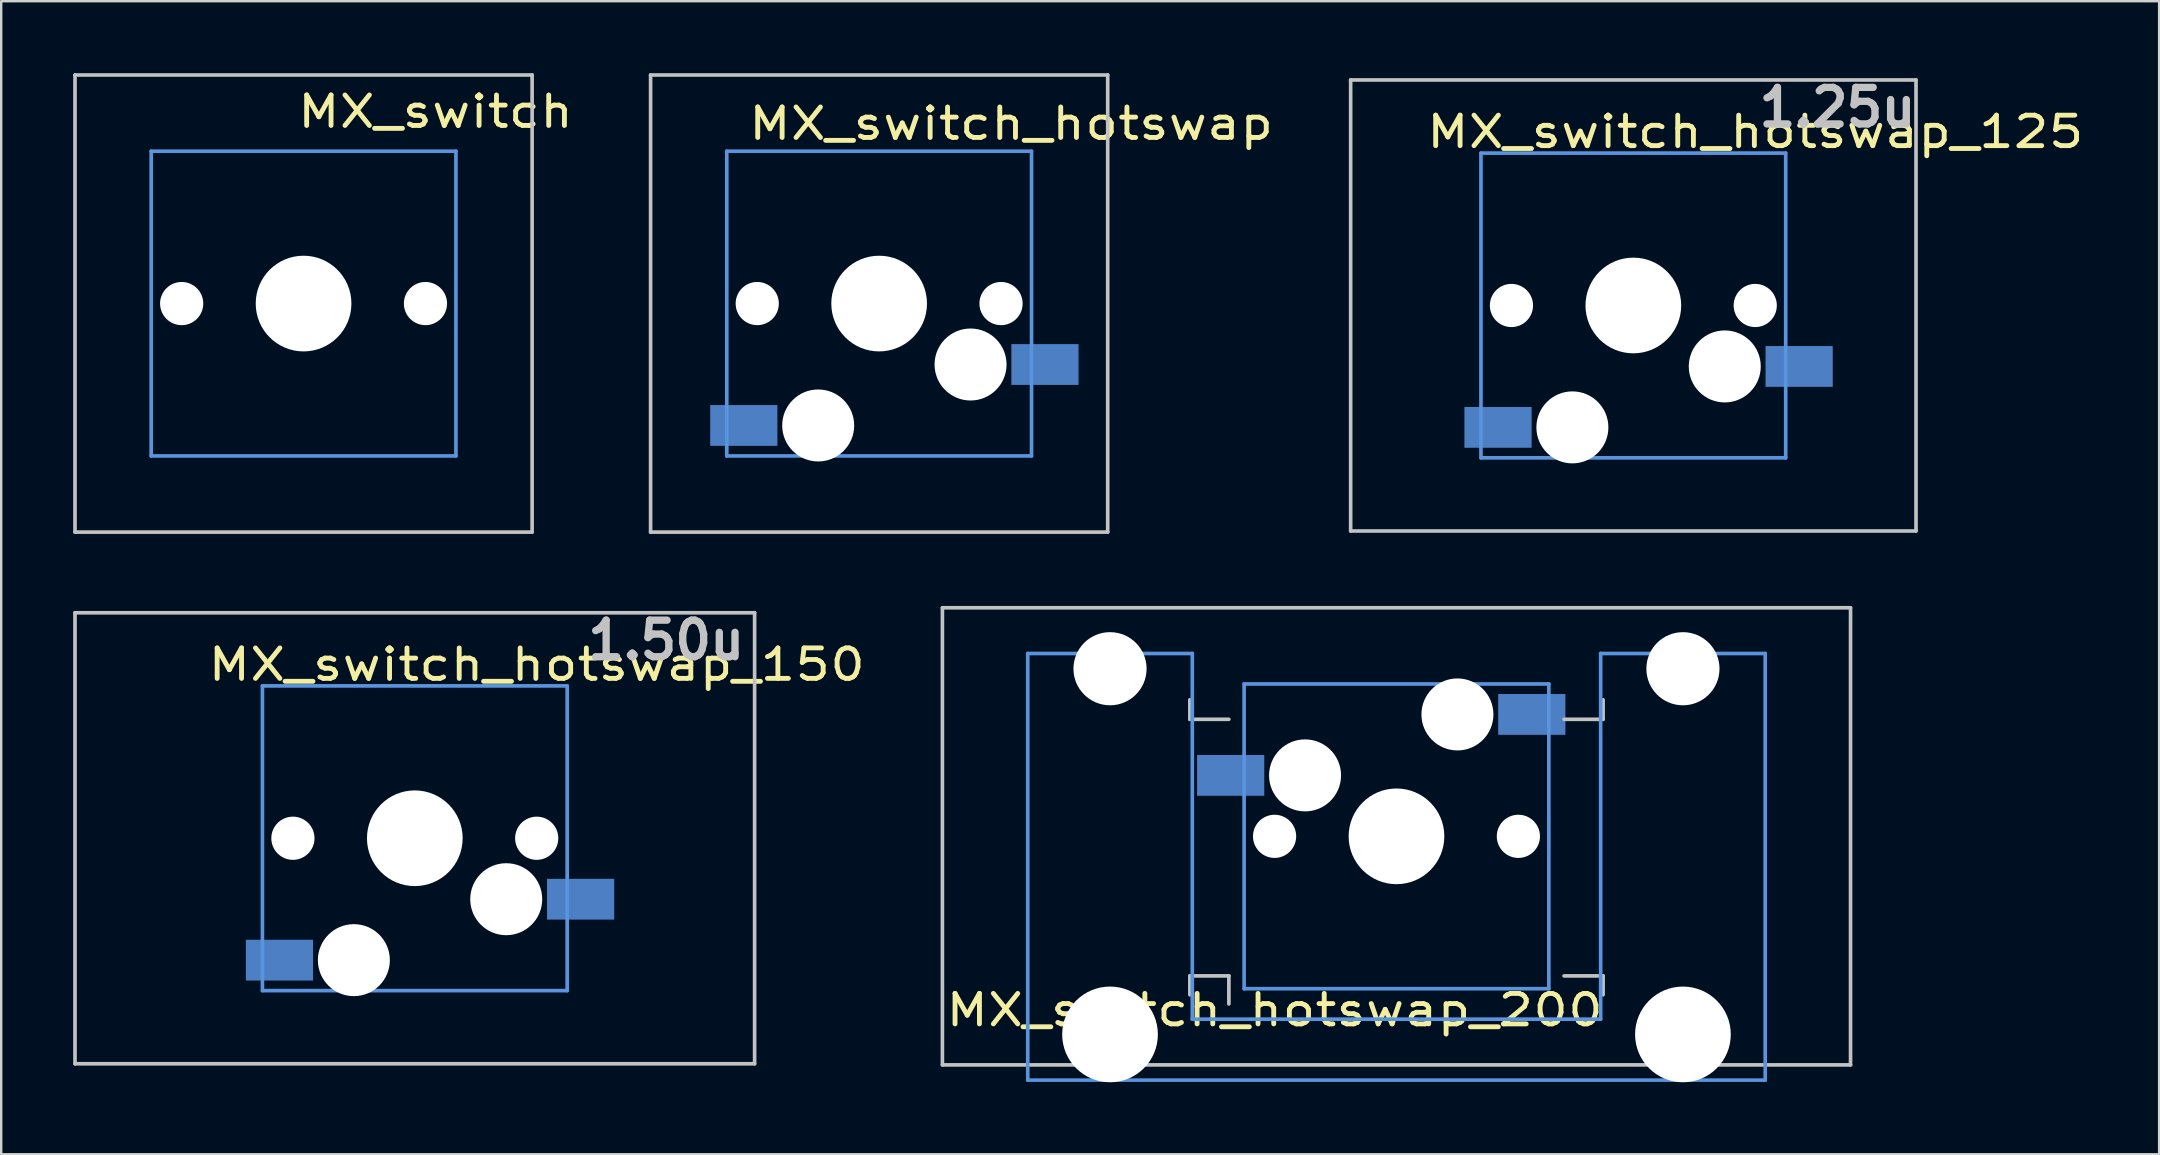
<source format=kicad_pcb>
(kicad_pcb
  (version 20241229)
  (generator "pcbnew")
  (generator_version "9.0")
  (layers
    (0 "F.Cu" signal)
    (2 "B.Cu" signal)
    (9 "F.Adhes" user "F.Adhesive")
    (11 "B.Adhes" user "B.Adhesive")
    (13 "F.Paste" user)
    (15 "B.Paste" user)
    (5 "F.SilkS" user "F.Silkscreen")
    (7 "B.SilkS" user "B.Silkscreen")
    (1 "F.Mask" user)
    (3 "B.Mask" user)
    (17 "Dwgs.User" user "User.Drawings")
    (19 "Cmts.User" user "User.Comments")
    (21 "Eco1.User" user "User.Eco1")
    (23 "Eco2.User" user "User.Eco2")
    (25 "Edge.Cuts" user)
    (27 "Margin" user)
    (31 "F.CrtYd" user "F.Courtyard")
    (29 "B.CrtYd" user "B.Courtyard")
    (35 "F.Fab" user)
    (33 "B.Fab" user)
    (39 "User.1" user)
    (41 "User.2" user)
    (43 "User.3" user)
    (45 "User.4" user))
  (footprint "MX_switch"
    (layer "F.Cu")
    (at 9.601 9.601)
    (property "Reference" "MX_switch" (at 5.5 -8 180) (layer "F.SilkS") (effects (font (size 1.27 1.524) (thickness 0.203))))
    (attr smd)
    (fp_line (start -9.525 -9.525) (end 9.525 -9.525) (stroke (width 0.152) (type solid)) (layer "Dwgs.User"))
    (fp_line (start -9.525 9.525) (end -9.525 -9.525) (stroke (width 0.152) (type solid)) (layer "Dwgs.User"))
    (fp_line (start 9.525 -9.525) (end 9.525 9.525) (stroke (width 0.152) (type solid)) (layer "Dwgs.User"))
    (fp_line (start 9.525 9.525) (end -9.525 9.525) (stroke (width 0.152) (type solid)) (layer "Dwgs.User"))
    (fp_line (start -6.35 -6.35) (end 6.35 -6.35) (stroke (width 0.152) (type solid)) (layer "Cmts.User"))
    (fp_line (start -6.35 6.35) (end -6.35 -6.35) (stroke (width 0.152) (type solid)) (layer "Cmts.User"))
    (fp_line (start 6.35 -6.35) (end 6.35 6.35) (stroke (width 0.152) (type solid)) (layer "Cmts.User"))
    (fp_line (start 6.35 6.35) (end -6.35 6.35) (stroke (width 0.152) (type solid)) (layer "Cmts.User"))
    (fp_line (start -6.985 -6.985) (end 6.985 -6.985) (stroke (width 0.152) (type solid)) (layer "Eco2.User"))
    (fp_line (start -6.985 -1.524) (end -4.318 -1.524) (stroke (width 0.15) (type solid)) (layer "Eco2.User"))
    (fp_line (start -6.985 6.985) (end -6.985 -6.985) (stroke (width 0.152) (type solid)) (layer "Eco2.User"))
    (fp_line (start -4.318 -1.524) (end -4.318 -6.985) (stroke (width 0.15) (type solid)) (layer "Eco2.User"))
    (fp_line (start 6.985 -6.985) (end 6.985 6.985) (stroke (width 0.152) (type solid)) (layer "Eco2.User"))
    (fp_line (start 6.985 6.985) (end -6.985 6.985) (stroke (width 0.152) (type solid)) (layer "Eco2.User"))
    (pad "" np_thru_hole circle (at -5.08 0 180) (size 1.8 1.8) (drill 1.8) (layers "*.Cu" "*.Mask"))
    (pad "" np_thru_hole circle (at 0 0) (size 3.988 3.988) (drill 3.988) (layers "*.Cu" "*.Mask"))
    (pad "" np_thru_hole circle (at 5.08 0 180) (size 1.8 1.8) (drill 1.8) (layers "*.Cu" "*.Mask")))
  (footprint "MX_switch_hotswap"
    (layer "F.Cu")
    (at 33.588 9.601)
    (property "Reference" "MX_switch_hotswap" (at 5.5 -7.5 180) (layer "F.SilkS") (effects (font (size 1.27 1.524) (thickness 0.203))))
    (attr smd)
    (fp_line (start -9.525 -9.525) (end 9.525 -9.525) (stroke (width 0.152) (type solid)) (layer "Dwgs.User"))
    (fp_line (start -9.525 9.525) (end -9.525 -9.525) (stroke (width 0.152) (type solid)) (layer "Dwgs.User"))
    (fp_line (start 9.525 -9.525) (end 9.525 9.525) (stroke (width 0.152) (type solid)) (layer "Dwgs.User"))
    (fp_line (start 9.525 9.525) (end -9.525 9.525) (stroke (width 0.152) (type solid)) (layer "Dwgs.User"))
    (fp_line (start -6.35 -6.35) (end 6.35 -6.35) (stroke (width 0.152) (type solid)) (layer "Cmts.User"))
    (fp_line (start -6.35 6.35) (end -6.35 -6.35) (stroke (width 0.152) (type solid)) (layer "Cmts.User"))
    (fp_line (start 6.35 -6.35) (end 6.35 6.35) (stroke (width 0.152) (type solid)) (layer "Cmts.User"))
    (fp_line (start 6.35 6.35) (end -6.35 6.35) (stroke (width 0.152) (type solid)) (layer "Cmts.User"))
    (fp_line (start -7.5 3.175) (end -7.5 6.985) (stroke (width 0.15) (type solid)) (layer "Eco2.User"))
    (fp_line (start -6.985 -6.985) (end 6.985 -6.985) (stroke (width 0.152) (type solid)) (layer "Eco2.User"))
    (fp_line (start -6.985 -1.524) (end -4.318 -1.524) (stroke (width 0.15) (type solid)) (layer "Eco2.User"))
    (fp_line (start -6.985 3.175) (end -7.5 3.175) (stroke (width 0.15) (type solid)) (layer "Eco2.User"))
    (fp_line (start -6.985 6.985) (end -7.5 6.985) (stroke (width 0.15) (type solid)) (layer "Eco2.User"))
    (fp_line (start -6.985 6.985) (end -6.985 -6.985) (stroke (width 0.152) (type solid)) (layer "Eco2.User"))
    (fp_line (start -4.318 -1.524) (end -4.318 -6.985) (stroke (width 0.15) (type solid)) (layer "Eco2.User"))
    (fp_line (start 6.985 -6.985) (end 6.985 6.985) (stroke (width 0.152) (type solid)) (layer "Eco2.User"))
    (fp_line (start 6.985 0.7) (end 9.5 0.7) (stroke (width 0.15) (type solid)) (layer "Eco2.User"))
    (fp_line (start 6.985 6.985) (end -6.985 6.985) (stroke (width 0.152) (type solid)) (layer "Eco2.User"))
    (fp_line (start 9.5 0.7) (end 9.5 5.5) (stroke (width 0.15) (type solid)) (layer "Eco2.User"))
    (fp_line (start 9.5 5.5) (end 6.985 5.5) (stroke (width 0.15) (type solid)) (layer "Eco2.User"))
    (pad "" np_thru_hole circle (at -5.08 0 180) (size 1.8 1.8) (drill 1.8) (layers "*.Cu" "*.Mask"))
    (pad "" np_thru_hole circle (at -2.54 5.08 180) (size 3 3) (drill 3) (layers "*.Cu" "*.Mask"))
    (pad "" np_thru_hole circle (at 0 0) (size 3.988 3.988) (drill 3.988) (layers "*.Cu" "*.Mask"))
    (pad "" np_thru_hole circle (at 3.81 2.54 180) (size 3 3) (drill 3) (layers "*.Cu" "*.Mask"))
    (pad "" np_thru_hole circle (at 5.08 0 180) (size 1.8 1.8) (drill 1.8) (layers "*.Cu" "*.Mask"))
    (pad "1" smd rect (at -5.64 5.08 180) (size 2.8 1.7) (layers "B.Cu" "B.Mask" "B.Paste"))
    (pad "2" smd rect (at 6.91 2.54 180) (size 2.8 1.7) (layers "B.Cu" "B.Mask" "B.Paste")))
  (footprint "MX_switch_hotswap_125"
    (layer "F.Cu")
    (at 65.019 9.681)
    (property "Reference" "MX_switch_hotswap_125" (at 5.08 -7.239 180) (layer "F.SilkS") (effects (font (size 1.27 1.524) (thickness 0.203))))
    (attr smd)
    (fp_line (start -11.781 -9.398) (end 11.781 -9.398) (stroke (width 0.152) (type solid)) (layer "Dwgs.User"))
    (fp_line (start -11.781 9.398) (end -11.781 -9.398) (stroke (width 0.152) (type solid)) (layer "Dwgs.User"))
    (fp_line (start 11.781 -9.398) (end 11.781 9.398) (stroke (width 0.152) (type solid)) (layer "Dwgs.User"))
    (fp_line (start 11.781 9.398) (end -11.781 9.398) (stroke (width 0.152) (type solid)) (layer "Dwgs.User"))
    (fp_line (start -6.35 -6.35) (end 6.35 -6.35) (stroke (width 0.152) (type solid)) (layer "Cmts.User"))
    (fp_line (start -6.35 6.35) (end -6.35 -6.35) (stroke (width 0.152) (type solid)) (layer "Cmts.User"))
    (fp_line (start 6.35 -6.35) (end 6.35 6.35) (stroke (width 0.152) (type solid)) (layer "Cmts.User"))
    (fp_line (start 6.35 6.35) (end -6.35 6.35) (stroke (width 0.152) (type solid)) (layer "Cmts.User"))
    (fp_line (start -7.5 3.175) (end -7.5 6.985) (stroke (width 0.15) (type solid)) (layer "Eco2.User"))
    (fp_line (start -7.5 3.175) (end -6.985 3.175) (stroke (width 0.15) (type solid)) (layer "Eco2.User"))
    (fp_line (start -7.5 6.985) (end -6.985 6.985) (stroke (width 0.15) (type solid)) (layer "Eco2.User"))
    (fp_line (start -6.985 -6.985) (end 6.985 -6.985) (stroke (width 0.152) (type solid)) (layer "Eco2.User"))
    (fp_line (start -6.985 -1.524) (end -4.318 -1.524) (stroke (width 0.15) (type solid)) (layer "Eco2.User"))
    (fp_line (start -6.985 6.985) (end -6.985 -6.985) (stroke (width 0.152) (type solid)) (layer "Eco2.User"))
    (fp_line (start -4.318 -1.524) (end -4.318 -6.985) (stroke (width 0.15) (type solid)) (layer "Eco2.User"))
    (fp_line (start 6.985 -6.985) (end 6.985 6.985) (stroke (width 0.152) (type solid)) (layer "Eco2.User"))
    (fp_line (start 6.985 0.7) (end 9.5 0.7) (stroke (width 0.15) (type solid)) (layer "Eco2.User"))
    (fp_line (start 6.985 6.985) (end -6.985 6.985) (stroke (width 0.152) (type solid)) (layer "Eco2.User"))
    (fp_line (start 9.5 0.7) (end 9.5 5.5) (stroke (width 0.15) (type solid)) (layer "Eco2.User"))
    (fp_line (start 9.5 5.5) (end 6.985 5.5) (stroke (width 0.15) (type solid)) (layer "Eco2.User"))
    (fp_text user "1.25u" (at 8.509 -8.255 180) (layer "Dwgs.User") (effects (font (size 1.524 1.524) (thickness 0.305))))
    (pad "" np_thru_hole circle (at -5.08 0 180) (size 1.8 1.8) (drill 1.8) (layers "*.Cu" "*.Mask"))
    (pad "" np_thru_hole circle (at -2.54 5.08 180) (size 3 3) (drill 3) (layers "*.Cu" "*.Mask"))
    (pad "" np_thru_hole circle (at 0 0 270) (size 3.988 3.988) (drill 3.988) (layers "*.Cu" "*.Mask"))
    (pad "" np_thru_hole circle (at 3.81 2.54 180) (size 3 3) (drill 3) (layers "*.Cu" "*.Mask"))
    (pad "" np_thru_hole circle (at 5.08 0 180) (size 1.8 1.8) (drill 1.8) (layers "*.Cu" "*.Mask"))
    (pad "1" smd rect (at -5.64 5.08 180) (size 2.8 1.7) (layers "B.Cu" "B.Mask" "B.Paste"))
    (pad "2" smd rect (at 6.91 2.54 180) (size 2.8 1.7) (layers "B.Cu" "B.Mask" "B.Paste")))
  (footprint "MX_switch_hotswap_200"
    (layer "F.Cu")
    (at 55.148 31.804)
    (property "Reference" "MX_switch_hotswap_200" (at -5.08 7.239 0) (layer "F.SilkS") (effects (font (size 1.27 1.524) (thickness 0.203))))
    (attr smd)
    (fp_line (start -18.923 -9.525) (end 18.923 -9.525) (stroke (width 0.152) (type solid)) (layer "Dwgs.User"))
    (fp_line (start -18.923 9.525) (end -18.923 -9.525) (stroke (width 0.152) (type solid)) (layer "Dwgs.User"))
    (fp_line (start -8.611 -5.69) (end -8.611 -4.877) (stroke (width 0.152) (type solid)) (layer "Dwgs.User"))
    (fp_line (start -8.611 -4.877) (end -6.985 -4.877) (stroke (width 0.152) (type solid)) (layer "Dwgs.User"))
    (fp_line (start -8.611 5.817) (end -8.611 6.604) (stroke (width 0.152) (type solid)) (layer "Dwgs.User"))
    (fp_line (start -6.985 5.817) (end -8.611 5.817) (stroke (width 0.152) (type solid)) (layer "Dwgs.User"))
    (fp_line (start -6.985 6.985) (end -6.985 5.817) (stroke (width 0.152) (type solid)) (layer "Dwgs.User"))
    (fp_line (start 6.985 -4.877) (end 8.611 -4.877) (stroke (width 0.152) (type solid)) (layer "Dwgs.User"))
    (fp_line (start 8.611 -4.877) (end 8.611 -5.69) (stroke (width 0.152) (type solid)) (layer "Dwgs.User"))
    (fp_line (start 8.611 5.817) (end 6.985 5.817) (stroke (width 0.152) (type solid)) (layer "Dwgs.User"))
    (fp_line (start 8.611 6.604) (end 8.611 5.817) (stroke (width 0.152) (type solid)) (layer "Dwgs.User"))
    (fp_line (start 18.923 -9.525) (end 18.923 9.525) (stroke (width 0.152) (type solid)) (layer "Dwgs.User"))
    (fp_line (start 18.923 9.525) (end -18.923 9.525) (stroke (width 0.152) (type solid)) (layer "Dwgs.User"))
    (fp_line (start -15.367 -7.62) (end -15.367 10.16) (stroke (width 0.152) (type solid)) (layer "Cmts.User"))
    (fp_line (start -15.367 10.16) (end 15.367 10.16) (stroke (width 0.152) (type solid)) (layer "Cmts.User"))
    (fp_line (start -8.509 -7.62) (end -15.367 -7.62) (stroke (width 0.152) (type solid)) (layer "Cmts.User"))
    (fp_line (start -8.509 7.62) (end -8.509 -7.62) (stroke (width 0.152) (type solid)) (layer "Cmts.User"))
    (fp_line (start -6.35 -6.35) (end 6.35 -6.35) (stroke (width 0.152) (type solid)) (layer "Cmts.User"))
    (fp_line (start -6.35 6.35) (end -6.35 -6.35) (stroke (width 0.152) (type solid)) (layer "Cmts.User"))
    (fp_line (start 6.35 -6.35) (end 6.35 6.35) (stroke (width 0.152) (type solid)) (layer "Cmts.User"))
    (fp_line (start 6.35 6.35) (end -6.35 6.35) (stroke (width 0.152) (type solid)) (layer "Cmts.User"))
    (fp_line (start 8.509 -7.62) (end 8.509 7.62) (stroke (width 0.152) (type solid)) (layer "Cmts.User"))
    (fp_line (start 8.509 7.62) (end -8.509 7.62) (stroke (width 0.152) (type solid)) (layer "Cmts.User"))
    (fp_line (start 15.367 -7.62) (end 8.509 -7.62) (stroke (width 0.152) (type solid)) (layer "Cmts.User"))
    (fp_line (start 15.367 10.16) (end 15.367 -7.62) (stroke (width 0.152) (type solid)) (layer "Cmts.User"))
    (fp_line (start -16.129 -2.286) (end -15.465 -2.286) (stroke (width 0.152) (type solid)) (layer "Eco2.User"))
    (fp_line (start -16.129 0.508) (end -16.129 -2.286) (stroke (width 0.152) (type solid)) (layer "Eco2.User"))
    (fp_line (start -15.465 -5.69) (end -6.985 -5.69) (stroke (width 0.152) (type solid)) (layer "Eco2.User"))
    (fp_line (start -15.465 -2.286) (end -15.465 -5.69) (stroke (width 0.152) (type solid)) (layer "Eco2.User"))
    (fp_line (start -15.465 0.508) (end -16.129 0.508) (stroke (width 0.152) (type solid)) (layer "Eco2.User"))
    (fp_line (start -15.465 6.604) (end -15.465 0.508) (stroke (width 0.152) (type solid)) (layer "Eco2.User"))
    (fp_line (start -14.224 6.604) (end -15.465 6.604) (stroke (width 0.152) (type solid)) (layer "Eco2.User"))
    (fp_line (start -14.224 7.772) (end -14.224 6.604) (stroke (width 0.152) (type solid)) (layer "Eco2.User"))
    (fp_line (start -9.652 6.604) (end -9.652 7.772) (stroke (width 0.152) (type solid)) (layer "Eco2.User"))
    (fp_line (start -9.652 7.772) (end -14.224 7.772) (stroke (width 0.152) (type solid)) (layer "Eco2.User"))
    (fp_line (start -6.985 -6.985) (end 6.985 -6.985) (stroke (width 0.152) (type solid)) (layer "Eco2.User"))
    (fp_line (start -6.985 -5.69) (end -6.985 -6.985) (stroke (width 0.152) (type solid)) (layer "Eco2.User"))
    (fp_line (start -6.985 6.604) (end -9.652 6.604) (stroke (width 0.152) (type solid)) (layer "Eco2.User"))
    (fp_line (start -6.985 6.985) (end -6.985 6.604) (stroke (width 0.152) (type solid)) (layer "Eco2.User"))
    (fp_line (start 6.985 -6.985) (end 6.985 -5.69) (stroke (width 0.152) (type solid)) (layer "Eco2.User"))
    (fp_line (start 6.985 -5.69) (end 15.465 -5.69) (stroke (width 0.152) (type solid)) (layer "Eco2.User"))
    (fp_line (start 6.985 6.604) (end 6.985 6.985) (stroke (width 0.152) (type solid)) (layer "Eco2.User"))
    (fp_line (start 6.985 6.985) (end -6.985 6.985) (stroke (width 0.152) (type solid)) (layer "Eco2.User"))
    (fp_line (start 9.652 6.604) (end 6.985 6.604) (stroke (width 0.152) (type solid)) (layer "Eco2.User"))
    (fp_line (start 9.652 7.772) (end 9.652 6.604) (stroke (width 0.152) (type solid)) (layer "Eco2.User"))
    (fp_line (start 14.224 6.604) (end 14.224 7.772) (stroke (width 0.152) (type solid)) (layer "Eco2.User"))
    (fp_line (start 14.224 7.772) (end 9.652 7.772) (stroke (width 0.152) (type solid)) (layer "Eco2.User"))
    (fp_line (start 15.465 -5.69) (end 15.465 -2.286) (stroke (width 0.152) (type solid)) (layer "Eco2.User"))
    (fp_line (start 15.465 -2.286) (end 16.129 -2.286) (stroke (width 0.152) (type solid)) (layer "Eco2.User"))
    (fp_line (start 15.465 0.508) (end 15.465 6.604) (stroke (width 0.152) (type solid)) (layer "Eco2.User"))
    (fp_line (start 15.465 6.604) (end 14.224 6.604) (stroke (width 0.152) (type solid)) (layer "Eco2.User"))
    (fp_line (start 16.129 -2.286) (end 16.129 0.508) (stroke (width 0.152) (type solid)) (layer "Eco2.User"))
    (fp_line (start 16.129 0.508) (end 15.465 0.508) (stroke (width 0.152) (type solid)) (layer "Eco2.User"))
    (pad "" np_thru_hole circle (at -11.938 -6.985) (size 3.048 3.048) (drill 3.048) (layers "*.Cu"))
    (pad "" np_thru_hole circle (at -11.938 8.255) (size 3.988 3.988) (drill 3.988) (layers "*.Cu"))
    (pad "" np_thru_hole circle (at -5.08 0) (size 1.8 1.8) (drill 1.8) (layers "*.Cu" "*.Mask"))
    (pad "" np_thru_hole circle (at -3.81 -2.54) (size 3 3) (drill 3) (layers "*.Cu" "*.Mask"))
    (pad "" np_thru_hole circle (at 0 0 90) (size 3.988 3.988) (drill 3.988) (layers "*.Cu" "*.Mask"))
    (pad "" np_thru_hole circle (at 2.54 -5.08) (size 3 3) (drill 3) (layers "*.Cu" "*.Mask"))
    (pad "" np_thru_hole circle (at 5.08 0) (size 1.8 1.8) (drill 1.8) (layers "*.Cu" "*.Mask"))
    (pad "" np_thru_hole circle (at 11.938 -6.985) (size 3.048 3.048) (drill 3.048) (layers "*.Cu"))
    (pad "" np_thru_hole circle (at 11.938 8.255) (size 3.988 3.988) (drill 3.988) (layers "*.Cu"))
    (pad "1" smd rect (at 5.64 -5.08) (size 2.8 1.7) (layers "B.Cu" "B.Mask" "B.Paste"))
    (pad "2" smd rect (at -6.91 -2.54) (size 2.8 1.7) (layers "B.Cu" "B.Mask" "B.Paste")))
  (footprint "MX_switch_hotswap_150"
    (layer "F.Cu")
    (at 14.237 31.884)
    (property "Reference" "MX_switch_hotswap_150" (at 5.08 -7.239 180) (layer "F.SilkS") (effects (font (size 1.27 1.524) (thickness 0.203))))
    (attr smd)
    (fp_line (start -14.161 -9.398) (end 14.161 -9.398) (stroke (width 0.152) (type solid)) (layer "Dwgs.User"))
    (fp_line (start -14.161 9.398) (end -14.161 -9.398) (stroke (width 0.152) (type solid)) (layer "Dwgs.User"))
    (fp_line (start 14.161 -9.398) (end 14.161 9.398) (stroke (width 0.152) (type solid)) (layer "Dwgs.User"))
    (fp_line (start 14.161 9.398) (end -14.161 9.398) (stroke (width 0.152) (type solid)) (layer "Dwgs.User"))
    (fp_line (start -6.35 -6.35) (end 6.35 -6.35) (stroke (width 0.152) (type solid)) (layer "Cmts.User"))
    (fp_line (start -6.35 6.35) (end -6.35 -6.35) (stroke (width 0.152) (type solid)) (layer "Cmts.User"))
    (fp_line (start 6.35 -6.35) (end 6.35 6.35) (stroke (width 0.152) (type solid)) (layer "Cmts.User"))
    (fp_line (start 6.35 6.35) (end -6.35 6.35) (stroke (width 0.152) (type solid)) (layer "Cmts.User"))
    (fp_line (start -7.5 3.175) (end -6.985 3.175) (stroke (width 0.15) (type solid)) (layer "Eco2.User"))
    (fp_line (start -7.5 6.985) (end -7.5 3.175) (stroke (width 0.15) (type solid)) (layer "Eco2.User"))
    (fp_line (start -7.5 6.985) (end -6.985 6.985) (stroke (width 0.15) (type solid)) (layer "Eco2.User"))
    (fp_line (start -6.985 -6.985) (end 6.985 -6.985) (stroke (width 0.152) (type solid)) (layer "Eco2.User"))
    (fp_line (start -6.985 -1.524) (end -4.318 -1.524) (stroke (width 0.15) (type solid)) (layer "Eco2.User"))
    (fp_line (start -6.985 6.985) (end -6.985 -6.985) (stroke (width 0.152) (type solid)) (layer "Eco2.User"))
    (fp_line (start -4.318 -1.524) (end -4.318 -6.985) (stroke (width 0.15) (type solid)) (layer "Eco2.User"))
    (fp_line (start 6.985 -6.985) (end 6.985 6.985) (stroke (width 0.152) (type solid)) (layer "Eco2.User"))
    (fp_line (start 6.985 0.7) (end 9.5 0.7) (stroke (width 0.15) (type solid)) (layer "Eco2.User"))
    (fp_line (start 6.985 6.985) (end -6.985 6.985) (stroke (width 0.152) (type solid)) (layer "Eco2.User"))
    (fp_line (start 9.5 0.7) (end 9.5 5.5) (stroke (width 0.15) (type solid)) (layer "Eco2.User"))
    (fp_line (start 9.5 5.5) (end 6.985 5.5) (stroke (width 0.15) (type solid)) (layer "Eco2.User"))
    (fp_text user "1.50u" (at 10.477 -8.255 180) (layer "Dwgs.User") (effects (font (size 1.524 1.524) (thickness 0.305))))
    (pad "" np_thru_hole circle (at -5.08 0 180) (size 1.8 1.8) (drill 1.8) (layers "*.Cu" "*.Mask"))
    (pad "" np_thru_hole circle (at -2.54 5.08 180) (size 3 3) (drill 3) (layers "*.Cu" "*.Mask"))
    (pad "" np_thru_hole circle (at 0 0 270) (size 3.988 3.988) (drill 3.988) (layers "*.Cu" "*.Mask"))
    (pad "" np_thru_hole circle (at 3.81 2.54 180) (size 3 3) (drill 3) (layers "*.Cu" "*.Mask"))
    (pad "" np_thru_hole circle (at 5.08 0 180) (size 1.8 1.8) (drill 1.8) (layers "*.Cu" "*.Mask"))
    (pad "1" smd rect (at -5.64 5.08 180) (size 2.8 1.7) (layers "B.Cu" "B.Mask" "B.Paste"))
    (pad "2" smd rect (at 6.91 2.54 180) (size 2.8 1.7) (layers "B.Cu" "B.Mask" "B.Paste")))
  (gr_rect
    (start -3 -3)
    (end 86.931 45.053)
    (stroke (width 0.1) (type default))
    (fill no)
    (layer "Edge.Cuts")))
</source>
